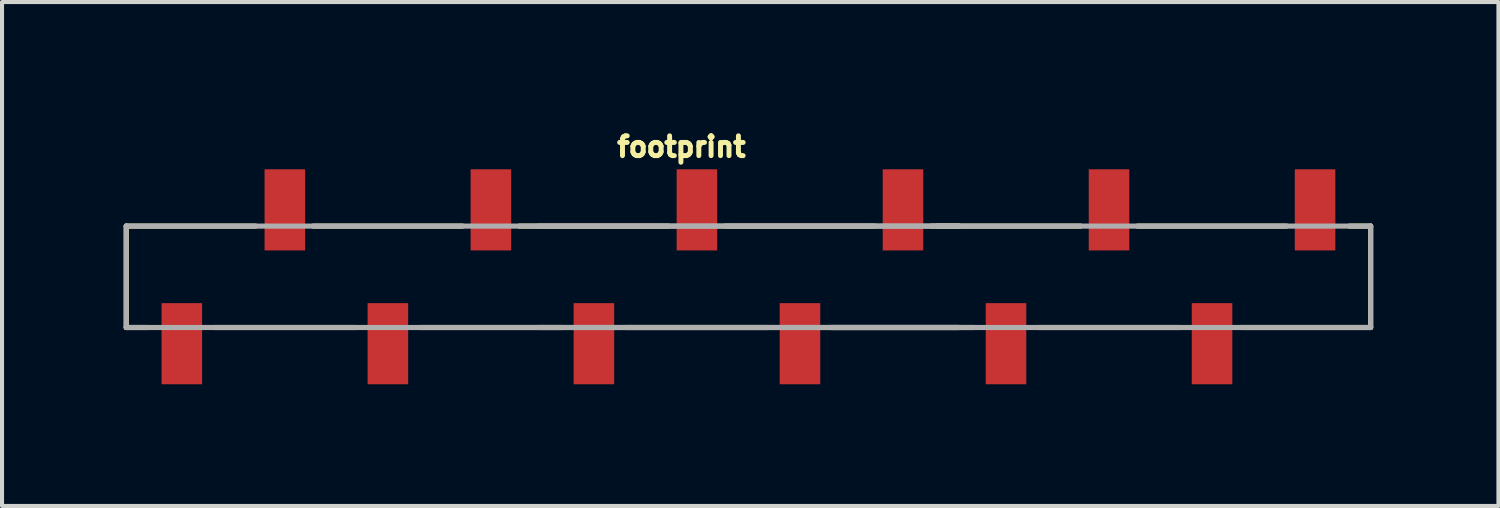
<source format=kicad_pcb>
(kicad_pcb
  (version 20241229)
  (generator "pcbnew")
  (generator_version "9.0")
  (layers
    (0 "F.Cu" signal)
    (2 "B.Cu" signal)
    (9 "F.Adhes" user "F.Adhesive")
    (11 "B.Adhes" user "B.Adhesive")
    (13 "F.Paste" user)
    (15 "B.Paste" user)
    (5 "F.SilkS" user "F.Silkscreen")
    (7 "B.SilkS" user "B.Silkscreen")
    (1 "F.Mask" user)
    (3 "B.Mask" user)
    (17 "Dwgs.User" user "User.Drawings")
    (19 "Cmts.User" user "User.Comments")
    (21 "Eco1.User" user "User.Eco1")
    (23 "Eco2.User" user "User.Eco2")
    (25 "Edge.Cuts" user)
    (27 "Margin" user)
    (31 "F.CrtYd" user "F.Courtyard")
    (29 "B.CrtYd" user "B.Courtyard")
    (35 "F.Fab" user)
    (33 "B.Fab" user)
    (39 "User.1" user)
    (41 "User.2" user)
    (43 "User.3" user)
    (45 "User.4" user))
  (footprint "footprint"
    (layer "F.Cu")
    (at 30.643 3.774)
    (property "Reference" "footprint" (at -18.542 -2.921 0) (layer "F.SilkS") (effects (font (size 0.488 0.488) (thickness 0.122)) (justify left bottom)))
    (fp_line (start -30.58 -1.25) (end -27.393 -1.25) (stroke (width 0.127) (type solid)) (layer "F.SilkS"))
    (fp_line (start -30.58 1.25) (end -30.58 -1.25) (stroke (width 0.127) (type solid)) (layer "F.SilkS"))
    (fp_line (start -30.06 1.25) (end -30.58 1.25) (stroke (width 0.127) (type solid)) (layer "F.SilkS"))
    (fp_line (start -25.967 -1.25) (end -22.293 -1.25) (stroke (width 0.127) (type solid)) (layer "F.SilkS"))
    (fp_line (start -24.919 1.25) (end -28.421 1.25) (stroke (width 0.127) (type solid)) (layer "F.SilkS"))
    (fp_line (start -20.887 -1.25) (end -17.213 -1.25) (stroke (width 0.127) (type solid)) (layer "F.SilkS"))
    (fp_line (start -19.839 1.25) (end -23.341 1.25) (stroke (width 0.127) (type solid)) (layer "F.SilkS"))
    (fp_line (start -15.807 -1.25) (end -12.133 -1.25) (stroke (width 0.127) (type solid)) (layer "F.SilkS"))
    (fp_line (start -14.759 1.25) (end -18.261 1.25) (stroke (width 0.127) (type solid)) (layer "F.SilkS"))
    (fp_line (start -10.727 -1.25) (end -7.053 -1.25) (stroke (width 0.127) (type solid)) (layer "F.SilkS"))
    (fp_line (start -10.58 -1.25) (end -10.06 -1.25) (stroke (width 0.127) (type solid)) (layer "F.SilkS"))
    (fp_line (start -10.06 1.25) (end -13.247 1.25) (stroke (width 0.127) (type solid)) (layer "F.SilkS"))
    (fp_line (start -9.679 1.25) (end -13.181 1.25) (stroke (width 0.127) (type solid)) (layer "F.SilkS"))
    (fp_line (start -5.647 -1.25) (end -1.973 -1.25) (stroke (width 0.127) (type solid)) (layer "F.SilkS"))
    (fp_line (start -4.599 1.25) (end -8.101 1.25) (stroke (width 0.127) (type solid)) (layer "F.SilkS"))
    (fp_line (start -0.42 -1.25) (end 0.1 -1.25) (stroke (width 0.127) (type solid)) (layer "F.SilkS"))
    (fp_line (start 0.1 -1.25) (end 0.1 1.25) (stroke (width 0.127) (type solid)) (layer "F.SilkS"))
    (fp_line (start 0.1 1.25) (end -3.087 1.25) (stroke (width 0.127) (type solid)) (layer "F.SilkS"))
    (fp_line (start -30.58 -1.25) (end -30.58 1.25) (stroke (width 0.127) (type solid)) (layer "F.Fab"))
    (fp_line (start -30.58 1.25) (end -10.06 1.25) (stroke (width 0.127) (type solid)) (layer "F.Fab"))
    (fp_line (start -20.42 1.25) (end 0.1 1.25) (stroke (width 0.127) (type solid)) (layer "F.Fab"))
    (fp_line (start -10.06 -1.25) (end -30.58 -1.25) (stroke (width 0.127) (type solid)) (layer "F.Fab"))
    (fp_line (start 0.1 -1.25) (end -20.42 -1.25) (stroke (width 0.127) (type solid)) (layer "F.Fab"))
    (fp_line (start 0.1 1.25) (end 0.1 -1.25) (stroke (width 0.127) (type solid)) (layer "F.Fab"))
    (pad "1" smd rect (at -1.27 -1.65 90) (size 2 1) (layers "F.Cu" "F.Mask" "F.Paste"))
    (pad "2" smd rect (at -3.81 1.65 90) (size 2 1) (layers "F.Cu" "F.Mask" "F.Paste"))
    (pad "3" smd rect (at -6.35 -1.65 90) (size 2 1) (layers "F.Cu" "F.Mask" "F.Paste"))
    (pad "4" smd rect (at -8.89 1.65 90) (size 2 1) (layers "F.Cu" "F.Mask" "F.Paste"))
    (pad "5" smd rect (at -11.43 -1.65 90) (size 2 1) (layers "F.Cu" "F.Mask" "F.Paste"))
    (pad "6" smd rect (at -13.97 1.65 90) (size 2 1) (layers "F.Cu" "F.Mask" "F.Paste"))
    (pad "7" smd rect (at -16.51 -1.65 90) (size 2 1) (layers "F.Cu" "F.Mask" "F.Paste"))
    (pad "8" smd rect (at -19.05 1.65 90) (size 2 1) (layers "F.Cu" "F.Mask" "F.Paste"))
    (pad "9" smd rect (at -21.59 -1.65 90) (size 2 1) (layers "F.Cu" "F.Mask" "F.Paste"))
    (pad "10" smd rect (at -24.13 1.65 90) (size 2 1) (layers "F.Cu" "F.Mask" "F.Paste"))
    (pad "11" smd rect (at -26.67 -1.65 90) (size 2 1) (layers "F.Cu" "F.Mask" "F.Paste"))
    (pad "12" smd rect (at -29.21 1.65 90) (size 2 1) (layers "F.Cu" "F.Mask" "F.Paste")))
  (gr_rect
    (start -3 -3)
    (end 33.894 9.424)
    (stroke (width 0.1) (type default))
    (fill no)
    (layer "Edge.Cuts")))
</source>
